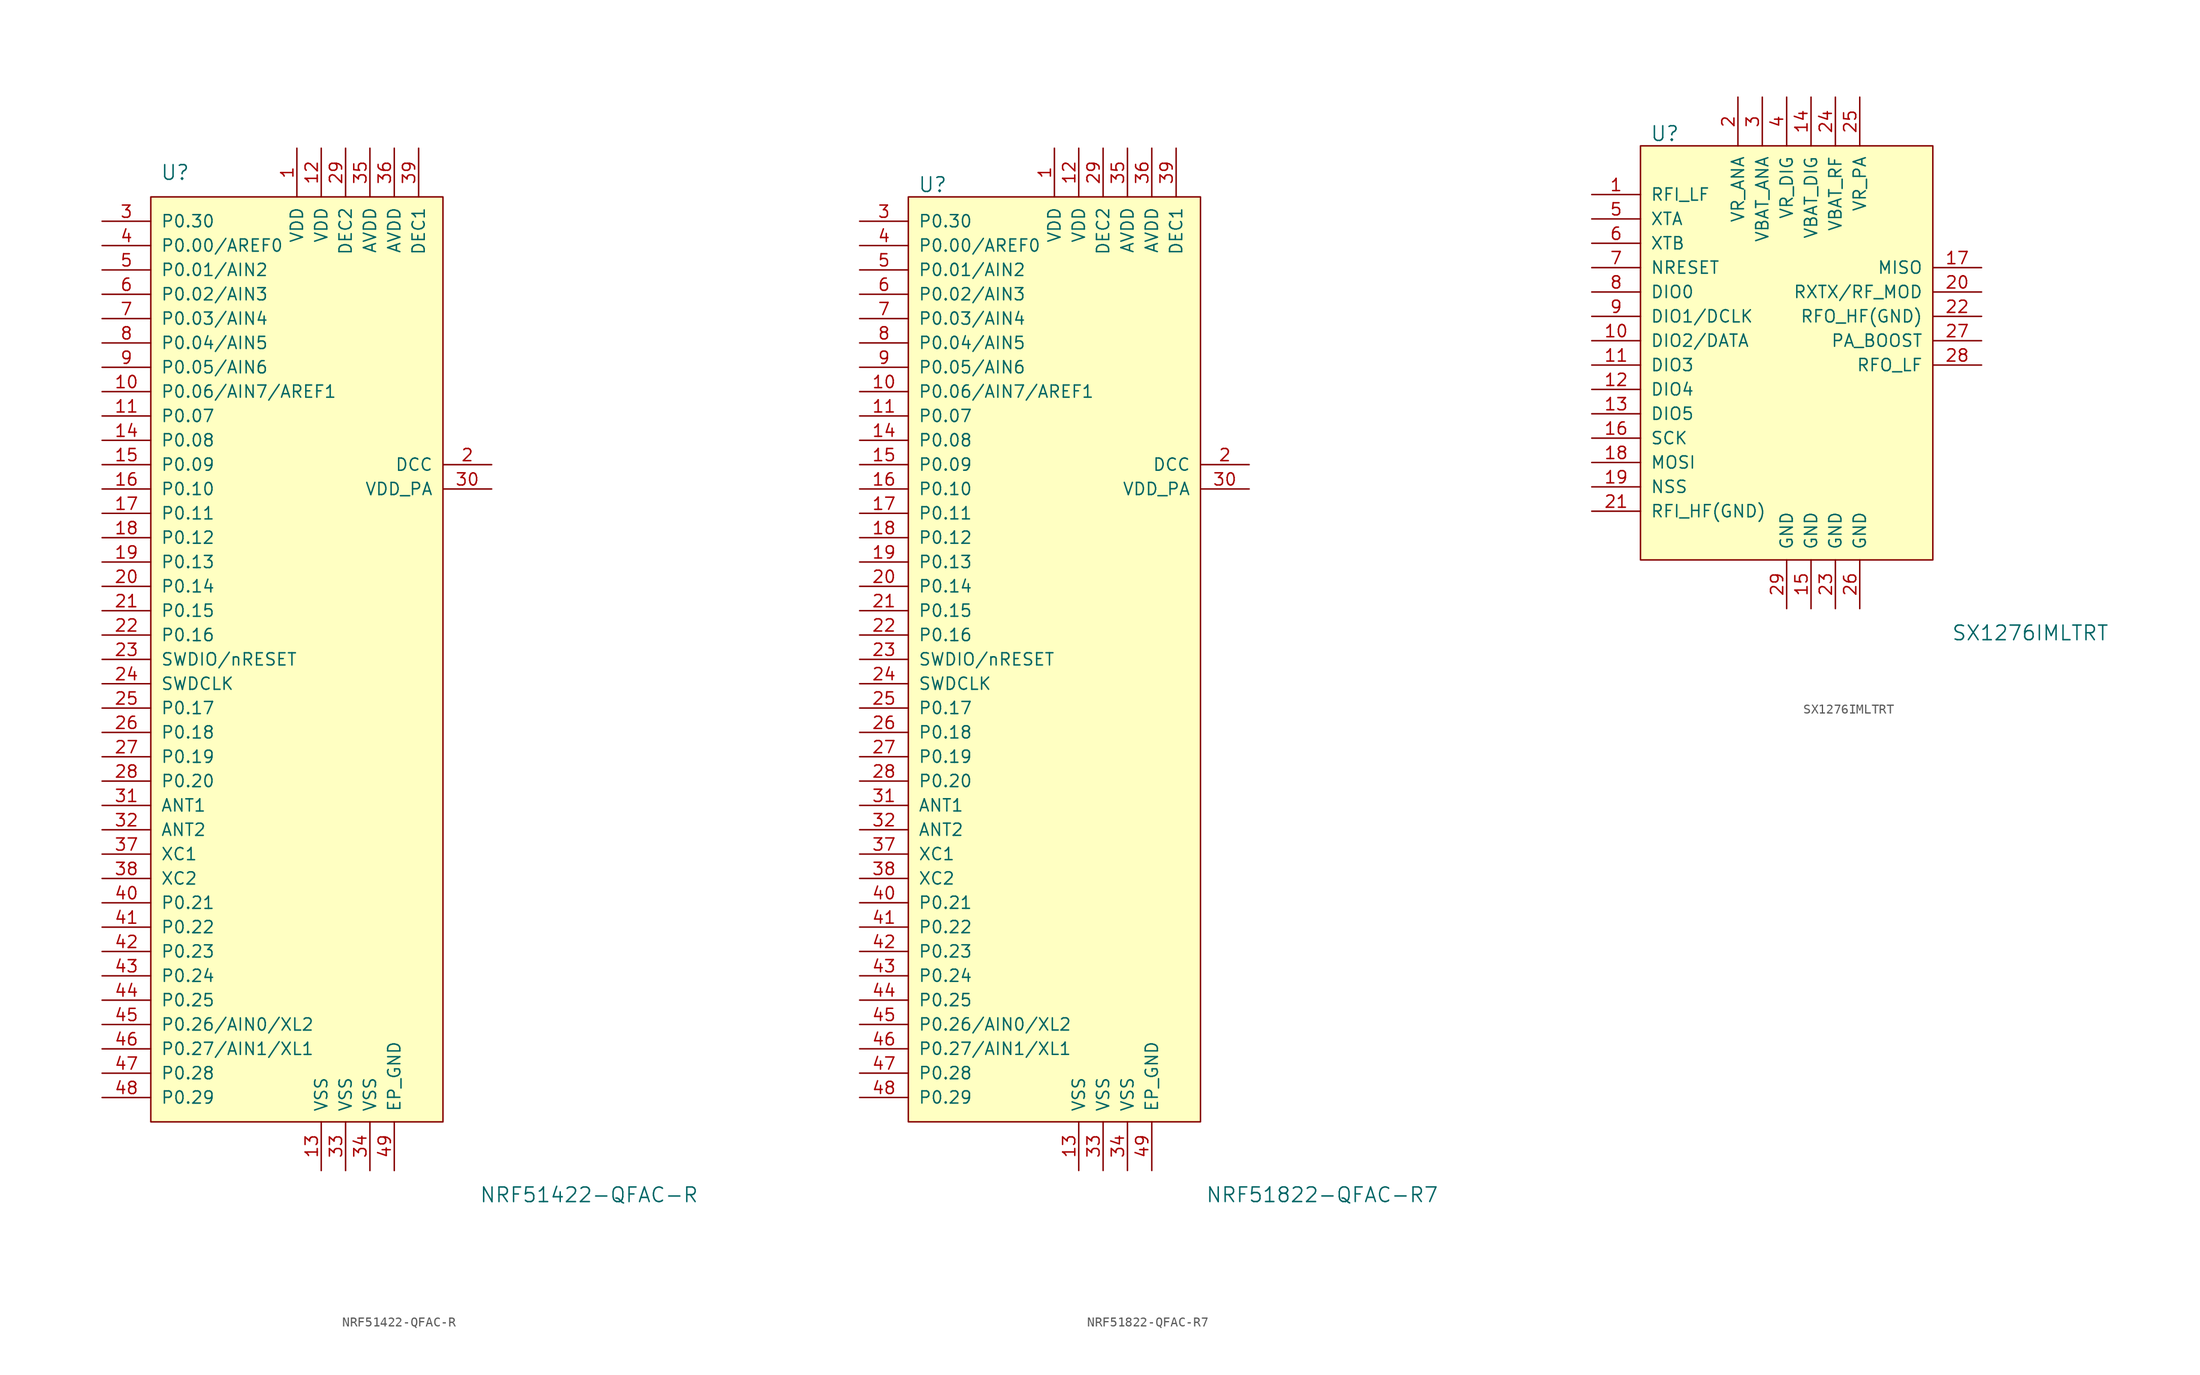
<source format=kicad_sym>
(kicad_symbol_lib
  (version 20201005)
  (generator kicad_symbol_editor)
  (symbol "NRF51422-QFAC-R"
    (pin_names
      (offset 1.016))
    (property "Reference" "U"
      (at -17.78 45.72 0)
      (effects (font (size 1.524 1.524))))
    (property "Value" "NRF51422-QFAC-R"
      (at 25.4 -60.96 0)
      (effects (font (size 1.524 1.524))))
    (symbol "NRF51422-QFAC-R_0_1"
      (rectangle (start -20.32 43.18) (end 10.16 -53.34) (stroke (width 0)) (fill (type background))))
    (symbol "NRF51422-QFAC-R_1_1"
      (pin power_in line (at -5.08 48.26 270) (length 5.08) (name "VDD" (effects (font (size 1.27 1.27)))) (number "1" (effects (font (size 1.27 1.27)))))
      (pin power_out line (at 15.24 15.24 180) (length 5.08) (name "DCC" (effects (font (size 1.27 1.27)))) (number "2" (effects (font (size 1.27 1.27)))))
      (pin bidirectional line (at -25.4 40.64 0) (length 5.08) (name "P0.30" (effects (font (size 1.27 1.27)))) (number "3" (effects (font (size 1.27 1.27)))))
      (pin bidirectional line (at -25.4 38.1 0) (length 5.08) (name "P0.00/AREF0" (effects (font (size 1.27 1.27)))) (number "4" (effects (font (size 1.27 1.27)))))
      (pin bidirectional line (at -25.4 35.56 0) (length 5.08) (name "P0.01/AIN2" (effects (font (size 1.27 1.27)))) (number "5" (effects (font (size 1.27 1.27)))))
      (pin bidirectional line (at -25.4 33.02 0) (length 5.08) (name "P0.02/AIN3" (effects (font (size 1.27 1.27)))) (number "6" (effects (font (size 1.27 1.27)))))
      (pin bidirectional line (at -25.4 30.48 0) (length 5.08) (name "P0.03/AIN4" (effects (font (size 1.27 1.27)))) (number "7" (effects (font (size 1.27 1.27)))))
      (pin bidirectional line (at -25.4 27.94 0) (length 5.08) (name "P0.04/AIN5" (effects (font (size 1.27 1.27)))) (number "8" (effects (font (size 1.27 1.27)))))
      (pin bidirectional line (at -25.4 25.4 0) (length 5.08) (name "P0.05/AIN6" (effects (font (size 1.27 1.27)))) (number "9" (effects (font (size 1.27 1.27)))))
      (pin bidirectional line (at -25.4 22.86 0) (length 5.08) (name "P0.06/AIN7/AREF1" (effects (font (size 1.27 1.27)))) (number "10" (effects (font (size 1.27 1.27)))))
      (pin bidirectional line (at -25.4 2.54 0) (length 5.08) (name "P0.14" (effects (font (size 1.27 1.27)))) (number "20" (effects (font (size 1.27 1.27)))))
      (pin power_out line (at 15.24 12.7 180) (length 5.08) (name "VDD_PA" (effects (font (size 1.27 1.27)))) (number "30" (effects (font (size 1.27 1.27)))))
      (pin bidirectional line (at -25.4 -30.48 0) (length 5.08) (name "P0.21" (effects (font (size 1.27 1.27)))) (number "40" (effects (font (size 1.27 1.27)))))
      (pin bidirectional line (at -25.4 20.32 0) (length 5.08) (name "P0.07" (effects (font (size 1.27 1.27)))) (number "11" (effects (font (size 1.27 1.27)))))
      (pin bidirectional line (at -25.4 0 0) (length 5.08) (name "P0.15" (effects (font (size 1.27 1.27)))) (number "21" (effects (font (size 1.27 1.27)))))
      (pin input line (at -25.4 -20.32 0) (length 5.08) (name "ANT1" (effects (font (size 1.27 1.27)))) (number "31" (effects (font (size 1.27 1.27)))))
      (pin bidirectional line (at -25.4 -33.02 0) (length 5.08) (name "P0.22" (effects (font (size 1.27 1.27)))) (number "41" (effects (font (size 1.27 1.27)))))
      (pin power_in line (at -2.54 48.26 270) (length 5.08) (name "VDD" (effects (font (size 1.27 1.27)))) (number "12" (effects (font (size 1.27 1.27)))))
      (pin bidirectional line (at -25.4 -2.54 0) (length 5.08) (name "P0.16" (effects (font (size 1.27 1.27)))) (number "22" (effects (font (size 1.27 1.27)))))
      (pin input line (at -25.4 -22.86 0) (length 5.08) (name "ANT2" (effects (font (size 1.27 1.27)))) (number "32" (effects (font (size 1.27 1.27)))))
      (pin bidirectional line (at -25.4 -35.56 0) (length 5.08) (name "P0.23" (effects (font (size 1.27 1.27)))) (number "42" (effects (font (size 1.27 1.27)))))
      (pin power_in line (at -2.54 -58.42 90) (length 5.08) (name "VSS" (effects (font (size 1.27 1.27)))) (number "13" (effects (font (size 1.27 1.27)))))
      (pin bidirectional line (at -25.4 -5.08 0) (length 5.08) (name "SWDIO/nRESET" (effects (font (size 1.27 1.27)))) (number "23" (effects (font (size 1.27 1.27)))))
      (pin power_in line (at 0 -58.42 90) (length 5.08) (name "VSS" (effects (font (size 1.27 1.27)))) (number "33" (effects (font (size 1.27 1.27)))))
      (pin bidirectional line (at -25.4 -38.1 0) (length 5.08) (name "P0.24" (effects (font (size 1.27 1.27)))) (number "43" (effects (font (size 1.27 1.27)))))
      (pin bidirectional line (at -25.4 17.78 0) (length 5.08) (name "P0.08" (effects (font (size 1.27 1.27)))) (number "14" (effects (font (size 1.27 1.27)))))
      (pin input line (at -25.4 -7.62 0) (length 5.08) (name "SWDCLK" (effects (font (size 1.27 1.27)))) (number "24" (effects (font (size 1.27 1.27)))))
      (pin power_in line (at 2.54 -58.42 90) (length 5.08) (name "VSS" (effects (font (size 1.27 1.27)))) (number "34" (effects (font (size 1.27 1.27)))))
      (pin bidirectional line (at -25.4 -40.64 0) (length 5.08) (name "P0.25" (effects (font (size 1.27 1.27)))) (number "44" (effects (font (size 1.27 1.27)))))
      (pin bidirectional line (at -25.4 15.24 0) (length 5.08) (name "P0.09" (effects (font (size 1.27 1.27)))) (number "15" (effects (font (size 1.27 1.27)))))
      (pin bidirectional line (at -25.4 -10.16 0) (length 5.08) (name "P0.17" (effects (font (size 1.27 1.27)))) (number "25" (effects (font (size 1.27 1.27)))))
      (pin power_in line (at 2.54 48.26 270) (length 5.08) (name "AVDD" (effects (font (size 1.27 1.27)))) (number "35" (effects (font (size 1.27 1.27)))))
      (pin bidirectional line (at -25.4 -43.18 0) (length 5.08) (name "P0.26/AIN0/XL2" (effects (font (size 1.27 1.27)))) (number "45" (effects (font (size 1.27 1.27)))))
      (pin bidirectional line (at -25.4 12.7 0) (length 5.08) (name "P0.10" (effects (font (size 1.27 1.27)))) (number "16" (effects (font (size 1.27 1.27)))))
      (pin bidirectional line (at -25.4 -12.7 0) (length 5.08) (name "P0.18" (effects (font (size 1.27 1.27)))) (number "26" (effects (font (size 1.27 1.27)))))
      (pin power_in line (at 5.08 48.26 270) (length 5.08) (name "AVDD" (effects (font (size 1.27 1.27)))) (number "36" (effects (font (size 1.27 1.27)))))
      (pin bidirectional line (at -25.4 -45.72 0) (length 5.08) (name "P0.27/AIN1/XL1" (effects (font (size 1.27 1.27)))) (number "46" (effects (font (size 1.27 1.27)))))
      (pin bidirectional line (at -25.4 10.16 0) (length 5.08) (name "P0.11" (effects (font (size 1.27 1.27)))) (number "17" (effects (font (size 1.27 1.27)))))
      (pin bidirectional line (at -25.4 -15.24 0) (length 5.08) (name "P0.19" (effects (font (size 1.27 1.27)))) (number "27" (effects (font (size 1.27 1.27)))))
      (pin input line (at -25.4 -25.4 0) (length 5.08) (name "XC1" (effects (font (size 1.27 1.27)))) (number "37" (effects (font (size 1.27 1.27)))))
      (pin bidirectional line (at -25.4 -48.26 0) (length 5.08) (name "P0.28" (effects (font (size 1.27 1.27)))) (number "47" (effects (font (size 1.27 1.27)))))
      (pin bidirectional line (at -25.4 7.62 0) (length 5.08) (name "P0.12" (effects (font (size 1.27 1.27)))) (number "18" (effects (font (size 1.27 1.27)))))
      (pin bidirectional line (at -25.4 -17.78 0) (length 5.08) (name "P0.20" (effects (font (size 1.27 1.27)))) (number "28" (effects (font (size 1.27 1.27)))))
      (pin input line (at -25.4 -27.94 0) (length 5.08) (name "XC2" (effects (font (size 1.27 1.27)))) (number "38" (effects (font (size 1.27 1.27)))))
      (pin bidirectional line (at -25.4 -50.8 0) (length 5.08) (name "P0.29" (effects (font (size 1.27 1.27)))) (number "48" (effects (font (size 1.27 1.27)))))
      (pin bidirectional line (at -25.4 5.08 0) (length 5.08) (name "P0.13" (effects (font (size 1.27 1.27)))) (number "19" (effects (font (size 1.27 1.27)))))
      (pin power_in line (at 0 48.26 270) (length 5.08) (name "DEC2" (effects (font (size 1.27 1.27)))) (number "29" (effects (font (size 1.27 1.27)))))
      (pin power_in line (at 7.62 48.26 270) (length 5.08) (name "DEC1" (effects (font (size 1.27 1.27)))) (number "39" (effects (font (size 1.27 1.27)))))
      (pin power_in line (at 5.08 -58.42 90) (length 5.08) (name "EP_GND" (effects (font (size 1.27 1.27)))) (number "49" (effects (font (size 1.27 1.27)))))))
  (symbol "NRF51822-QFAC-R7"
    (pin_names
      (offset 1.016))
    (property "Reference" "U"
      (at -17.78 44.45 0)
      (effects (font (size 1.524 1.524))))
    (property "Value" "NRF51822-QFAC-R7"
      (at 22.86 -60.96 0)
      (effects (font (size 1.524 1.524))))
    (symbol "NRF51822-QFAC-R7_0_1"
      (rectangle (start -20.32 43.18) (end 10.16 -53.34) (stroke (width 0)) (fill (type background))))
    (symbol "NRF51822-QFAC-R7_1_1"
      (pin power_in line (at -5.08 48.26 270) (length 5.08) (name "VDD" (effects (font (size 1.27 1.27)))) (number "1" (effects (font (size 1.27 1.27)))))
      (pin power_out line (at 15.24 15.24 180) (length 5.08) (name "DCC" (effects (font (size 1.27 1.27)))) (number "2" (effects (font (size 1.27 1.27)))))
      (pin bidirectional line (at -25.4 40.64 0) (length 5.08) (name "P0.30" (effects (font (size 1.27 1.27)))) (number "3" (effects (font (size 1.27 1.27)))))
      (pin bidirectional line (at -25.4 38.1 0) (length 5.08) (name "P0.00/AREF0" (effects (font (size 1.27 1.27)))) (number "4" (effects (font (size 1.27 1.27)))))
      (pin bidirectional line (at -25.4 35.56 0) (length 5.08) (name "P0.01/AIN2" (effects (font (size 1.27 1.27)))) (number "5" (effects (font (size 1.27 1.27)))))
      (pin bidirectional line (at -25.4 33.02 0) (length 5.08) (name "P0.02/AIN3" (effects (font (size 1.27 1.27)))) (number "6" (effects (font (size 1.27 1.27)))))
      (pin bidirectional line (at -25.4 30.48 0) (length 5.08) (name "P0.03/AIN4" (effects (font (size 1.27 1.27)))) (number "7" (effects (font (size 1.27 1.27)))))
      (pin bidirectional line (at -25.4 27.94 0) (length 5.08) (name "P0.04/AIN5" (effects (font (size 1.27 1.27)))) (number "8" (effects (font (size 1.27 1.27)))))
      (pin bidirectional line (at -25.4 25.4 0) (length 5.08) (name "P0.05/AIN6" (effects (font (size 1.27 1.27)))) (number "9" (effects (font (size 1.27 1.27)))))
      (pin bidirectional line (at -25.4 22.86 0) (length 5.08) (name "P0.06/AIN7/AREF1" (effects (font (size 1.27 1.27)))) (number "10" (effects (font (size 1.27 1.27)))))
      (pin bidirectional line (at -25.4 2.54 0) (length 5.08) (name "P0.14" (effects (font (size 1.27 1.27)))) (number "20" (effects (font (size 1.27 1.27)))))
      (pin power_out line (at 15.24 12.7 180) (length 5.08) (name "VDD_PA" (effects (font (size 1.27 1.27)))) (number "30" (effects (font (size 1.27 1.27)))))
      (pin bidirectional line (at -25.4 -30.48 0) (length 5.08) (name "P0.21" (effects (font (size 1.27 1.27)))) (number "40" (effects (font (size 1.27 1.27)))))
      (pin bidirectional line (at -25.4 20.32 0) (length 5.08) (name "P0.07" (effects (font (size 1.27 1.27)))) (number "11" (effects (font (size 1.27 1.27)))))
      (pin bidirectional line (at -25.4 0 0) (length 5.08) (name "P0.15" (effects (font (size 1.27 1.27)))) (number "21" (effects (font (size 1.27 1.27)))))
      (pin input line (at -25.4 -20.32 0) (length 5.08) (name "ANT1" (effects (font (size 1.27 1.27)))) (number "31" (effects (font (size 1.27 1.27)))))
      (pin bidirectional line (at -25.4 -33.02 0) (length 5.08) (name "P0.22" (effects (font (size 1.27 1.27)))) (number "41" (effects (font (size 1.27 1.27)))))
      (pin power_in line (at -2.54 48.26 270) (length 5.08) (name "VDD" (effects (font (size 1.27 1.27)))) (number "12" (effects (font (size 1.27 1.27)))))
      (pin bidirectional line (at -25.4 -2.54 0) (length 5.08) (name "P0.16" (effects (font (size 1.27 1.27)))) (number "22" (effects (font (size 1.27 1.27)))))
      (pin input line (at -25.4 -22.86 0) (length 5.08) (name "ANT2" (effects (font (size 1.27 1.27)))) (number "32" (effects (font (size 1.27 1.27)))))
      (pin bidirectional line (at -25.4 -35.56 0) (length 5.08) (name "P0.23" (effects (font (size 1.27 1.27)))) (number "42" (effects (font (size 1.27 1.27)))))
      (pin power_in line (at -2.54 -58.42 90) (length 5.08) (name "VSS" (effects (font (size 1.27 1.27)))) (number "13" (effects (font (size 1.27 1.27)))))
      (pin bidirectional line (at -25.4 -5.08 0) (length 5.08) (name "SWDIO/nRESET" (effects (font (size 1.27 1.27)))) (number "23" (effects (font (size 1.27 1.27)))))
      (pin power_in line (at 0 -58.42 90) (length 5.08) (name "VSS" (effects (font (size 1.27 1.27)))) (number "33" (effects (font (size 1.27 1.27)))))
      (pin bidirectional line (at -25.4 -38.1 0) (length 5.08) (name "P0.24" (effects (font (size 1.27 1.27)))) (number "43" (effects (font (size 1.27 1.27)))))
      (pin bidirectional line (at -25.4 17.78 0) (length 5.08) (name "P0.08" (effects (font (size 1.27 1.27)))) (number "14" (effects (font (size 1.27 1.27)))))
      (pin input line (at -25.4 -7.62 0) (length 5.08) (name "SWDCLK" (effects (font (size 1.27 1.27)))) (number "24" (effects (font (size 1.27 1.27)))))
      (pin power_in line (at 2.54 -58.42 90) (length 5.08) (name "VSS" (effects (font (size 1.27 1.27)))) (number "34" (effects (font (size 1.27 1.27)))))
      (pin bidirectional line (at -25.4 -40.64 0) (length 5.08) (name "P0.25" (effects (font (size 1.27 1.27)))) (number "44" (effects (font (size 1.27 1.27)))))
      (pin bidirectional line (at -25.4 15.24 0) (length 5.08) (name "P0.09" (effects (font (size 1.27 1.27)))) (number "15" (effects (font (size 1.27 1.27)))))
      (pin bidirectional line (at -25.4 -10.16 0) (length 5.08) (name "P0.17" (effects (font (size 1.27 1.27)))) (number "25" (effects (font (size 1.27 1.27)))))
      (pin power_in line (at 2.54 48.26 270) (length 5.08) (name "AVDD" (effects (font (size 1.27 1.27)))) (number "35" (effects (font (size 1.27 1.27)))))
      (pin bidirectional line (at -25.4 -43.18 0) (length 5.08) (name "P0.26/AIN0/XL2" (effects (font (size 1.27 1.27)))) (number "45" (effects (font (size 1.27 1.27)))))
      (pin bidirectional line (at -25.4 12.7 0) (length 5.08) (name "P0.10" (effects (font (size 1.27 1.27)))) (number "16" (effects (font (size 1.27 1.27)))))
      (pin bidirectional line (at -25.4 -12.7 0) (length 5.08) (name "P0.18" (effects (font (size 1.27 1.27)))) (number "26" (effects (font (size 1.27 1.27)))))
      (pin power_in line (at 5.08 48.26 270) (length 5.08) (name "AVDD" (effects (font (size 1.27 1.27)))) (number "36" (effects (font (size 1.27 1.27)))))
      (pin bidirectional line (at -25.4 -45.72 0) (length 5.08) (name "P0.27/AIN1/XL1" (effects (font (size 1.27 1.27)))) (number "46" (effects (font (size 1.27 1.27)))))
      (pin bidirectional line (at -25.4 10.16 0) (length 5.08) (name "P0.11" (effects (font (size 1.27 1.27)))) (number "17" (effects (font (size 1.27 1.27)))))
      (pin bidirectional line (at -25.4 -15.24 0) (length 5.08) (name "P0.19" (effects (font (size 1.27 1.27)))) (number "27" (effects (font (size 1.27 1.27)))))
      (pin input line (at -25.4 -25.4 0) (length 5.08) (name "XC1" (effects (font (size 1.27 1.27)))) (number "37" (effects (font (size 1.27 1.27)))))
      (pin bidirectional line (at -25.4 -48.26 0) (length 5.08) (name "P0.28" (effects (font (size 1.27 1.27)))) (number "47" (effects (font (size 1.27 1.27)))))
      (pin bidirectional line (at -25.4 7.62 0) (length 5.08) (name "P0.12" (effects (font (size 1.27 1.27)))) (number "18" (effects (font (size 1.27 1.27)))))
      (pin bidirectional line (at -25.4 -17.78 0) (length 5.08) (name "P0.20" (effects (font (size 1.27 1.27)))) (number "28" (effects (font (size 1.27 1.27)))))
      (pin input line (at -25.4 -27.94 0) (length 5.08) (name "XC2" (effects (font (size 1.27 1.27)))) (number "38" (effects (font (size 1.27 1.27)))))
      (pin bidirectional line (at -25.4 -50.8 0) (length 5.08) (name "P0.29" (effects (font (size 1.27 1.27)))) (number "48" (effects (font (size 1.27 1.27)))))
      (pin bidirectional line (at -25.4 5.08 0) (length 5.08) (name "P0.13" (effects (font (size 1.27 1.27)))) (number "19" (effects (font (size 1.27 1.27)))))
      (pin power_in line (at 0 48.26 270) (length 5.08) (name "DEC2" (effects (font (size 1.27 1.27)))) (number "29" (effects (font (size 1.27 1.27)))))
      (pin power_in line (at 7.62 48.26 270) (length 5.08) (name "DEC1" (effects (font (size 1.27 1.27)))) (number "39" (effects (font (size 1.27 1.27)))))
      (pin power_in line (at 5.08 -58.42 90) (length 5.08) (name "EP_GND" (effects (font (size 1.27 1.27)))) (number "49" (effects (font (size 1.27 1.27)))))))
  (symbol "SX1276IMLTRT"
    (pin_names
      (offset 1.016))
    (property "Reference" "U"
      (at -12.7 24.13 0)
      (effects (font (size 1.524 1.524))))
    (property "Value" "SX1276IMLTRT"
      (at 25.4 -27.94 0)
      (effects (font (size 1.524 1.524))))
    (symbol "SX1276IMLTRT_0_1"
      (rectangle (start -15.24 22.86) (end 15.24 -20.32) (stroke (width 0)) (fill (type background))))
    (symbol "SX1276IMLTRT_1_1"
      (pin input line (at -20.32 17.78 0) (length 5.08) (name "RFI_LF" (effects (font (size 1.27 1.27)))) (number "1" (effects (font (size 1.27 1.27)))))
      (pin power_in line (at -5.08 27.94 270) (length 5.08) (name "VR_ANA" (effects (font (size 1.27 1.27)))) (number "2" (effects (font (size 1.27 1.27)))))
      (pin power_in line (at -2.54 27.94 270) (length 5.08) (name "VBAT_ANA" (effects (font (size 1.27 1.27)))) (number "3" (effects (font (size 1.27 1.27)))))
      (pin power_in line (at 0 27.94 270) (length 5.08) (name "VR_DIG" (effects (font (size 1.27 1.27)))) (number "4" (effects (font (size 1.27 1.27)))))
      (pin bidirectional line (at -20.32 15.24 0) (length 5.08) (name "XTA" (effects (font (size 1.27 1.27)))) (number "5" (effects (font (size 1.27 1.27)))))
      (pin bidirectional line (at -20.32 12.7 0) (length 5.08) (name "XTB" (effects (font (size 1.27 1.27)))) (number "6" (effects (font (size 1.27 1.27)))))
      (pin bidirectional line (at -20.32 10.16 0) (length 5.08) (name "NRESET" (effects (font (size 1.27 1.27)))) (number "7" (effects (font (size 1.27 1.27)))))
      (pin bidirectional line (at -20.32 7.62 0) (length 5.08) (name "DIO0" (effects (font (size 1.27 1.27)))) (number "8" (effects (font (size 1.27 1.27)))))
      (pin bidirectional line (at -20.32 5.08 0) (length 5.08) (name "DIO1/DCLK" (effects (font (size 1.27 1.27)))) (number "9" (effects (font (size 1.27 1.27)))))
      (pin bidirectional line (at -20.32 2.54 0) (length 5.08) (name "DIO2/DATA" (effects (font (size 1.27 1.27)))) (number "10" (effects (font (size 1.27 1.27)))))
      (pin output line (at 20.32 7.62 180) (length 5.08) (name "RXTX/RF_MOD" (effects (font (size 1.27 1.27)))) (number "20" (effects (font (size 1.27 1.27)))))
      (pin bidirectional line (at -20.32 0 0) (length 5.08) (name "DIO3" (effects (font (size 1.27 1.27)))) (number "11" (effects (font (size 1.27 1.27)))))
      (pin input line (at -20.32 -15.24 0) (length 5.08) (name "RFI_HF(GND)" (effects (font (size 1.27 1.27)))) (number "21" (effects (font (size 1.27 1.27)))))
      (pin bidirectional line (at -20.32 -2.54 0) (length 5.08) (name "DIO4" (effects (font (size 1.27 1.27)))) (number "12" (effects (font (size 1.27 1.27)))))
      (pin output line (at 20.32 5.08 180) (length 5.08) (name "RFO_HF(GND)" (effects (font (size 1.27 1.27)))) (number "22" (effects (font (size 1.27 1.27)))))
      (pin bidirectional line (at -20.32 -5.08 0) (length 5.08) (name "DIO5" (effects (font (size 1.27 1.27)))) (number "13" (effects (font (size 1.27 1.27)))))
      (pin power_in line (at 5.08 -25.4 90) (length 5.08) (name "GND" (effects (font (size 1.27 1.27)))) (number "23" (effects (font (size 1.27 1.27)))))
      (pin power_in line (at 2.54 27.94 270) (length 5.08) (name "VBAT_DIG" (effects (font (size 1.27 1.27)))) (number "14" (effects (font (size 1.27 1.27)))))
      (pin power_in line (at 5.08 27.94 270) (length 5.08) (name "VBAT_RF" (effects (font (size 1.27 1.27)))) (number "24" (effects (font (size 1.27 1.27)))))
      (pin power_in line (at 2.54 -25.4 90) (length 5.08) (name "GND" (effects (font (size 1.27 1.27)))) (number "15" (effects (font (size 1.27 1.27)))))
      (pin power_in line (at 7.62 27.94 270) (length 5.08) (name "VR_PA" (effects (font (size 1.27 1.27)))) (number "25" (effects (font (size 1.27 1.27)))))
      (pin input line (at -20.32 -7.62 0) (length 5.08) (name "SCK" (effects (font (size 1.27 1.27)))) (number "16" (effects (font (size 1.27 1.27)))))
      (pin power_in line (at 7.62 -25.4 90) (length 5.08) (name "GND" (effects (font (size 1.27 1.27)))) (number "26" (effects (font (size 1.27 1.27)))))
      (pin output line (at 20.32 10.16 180) (length 5.08) (name "MISO" (effects (font (size 1.27 1.27)))) (number "17" (effects (font (size 1.27 1.27)))))
      (pin output line (at 20.32 2.54 180) (length 5.08) (name "PA_BOOST" (effects (font (size 1.27 1.27)))) (number "27" (effects (font (size 1.27 1.27)))))
      (pin input line (at -20.32 -10.16 0) (length 5.08) (name "MOSI" (effects (font (size 1.27 1.27)))) (number "18" (effects (font (size 1.27 1.27)))))
      (pin output line (at 20.32 0 180) (length 5.08) (name "RFO_LF" (effects (font (size 1.27 1.27)))) (number "28" (effects (font (size 1.27 1.27)))))
      (pin input line (at -20.32 -12.7 0) (length 5.08) (name "NSS" (effects (font (size 1.27 1.27)))) (number "19" (effects (font (size 1.27 1.27)))))
      (pin power_in line (at 0 -25.4 90) (length 5.08) (name "GND" (effects (font (size 1.27 1.27)))) (number "29" (effects (font (size 1.27 1.27))))))))
</source>
